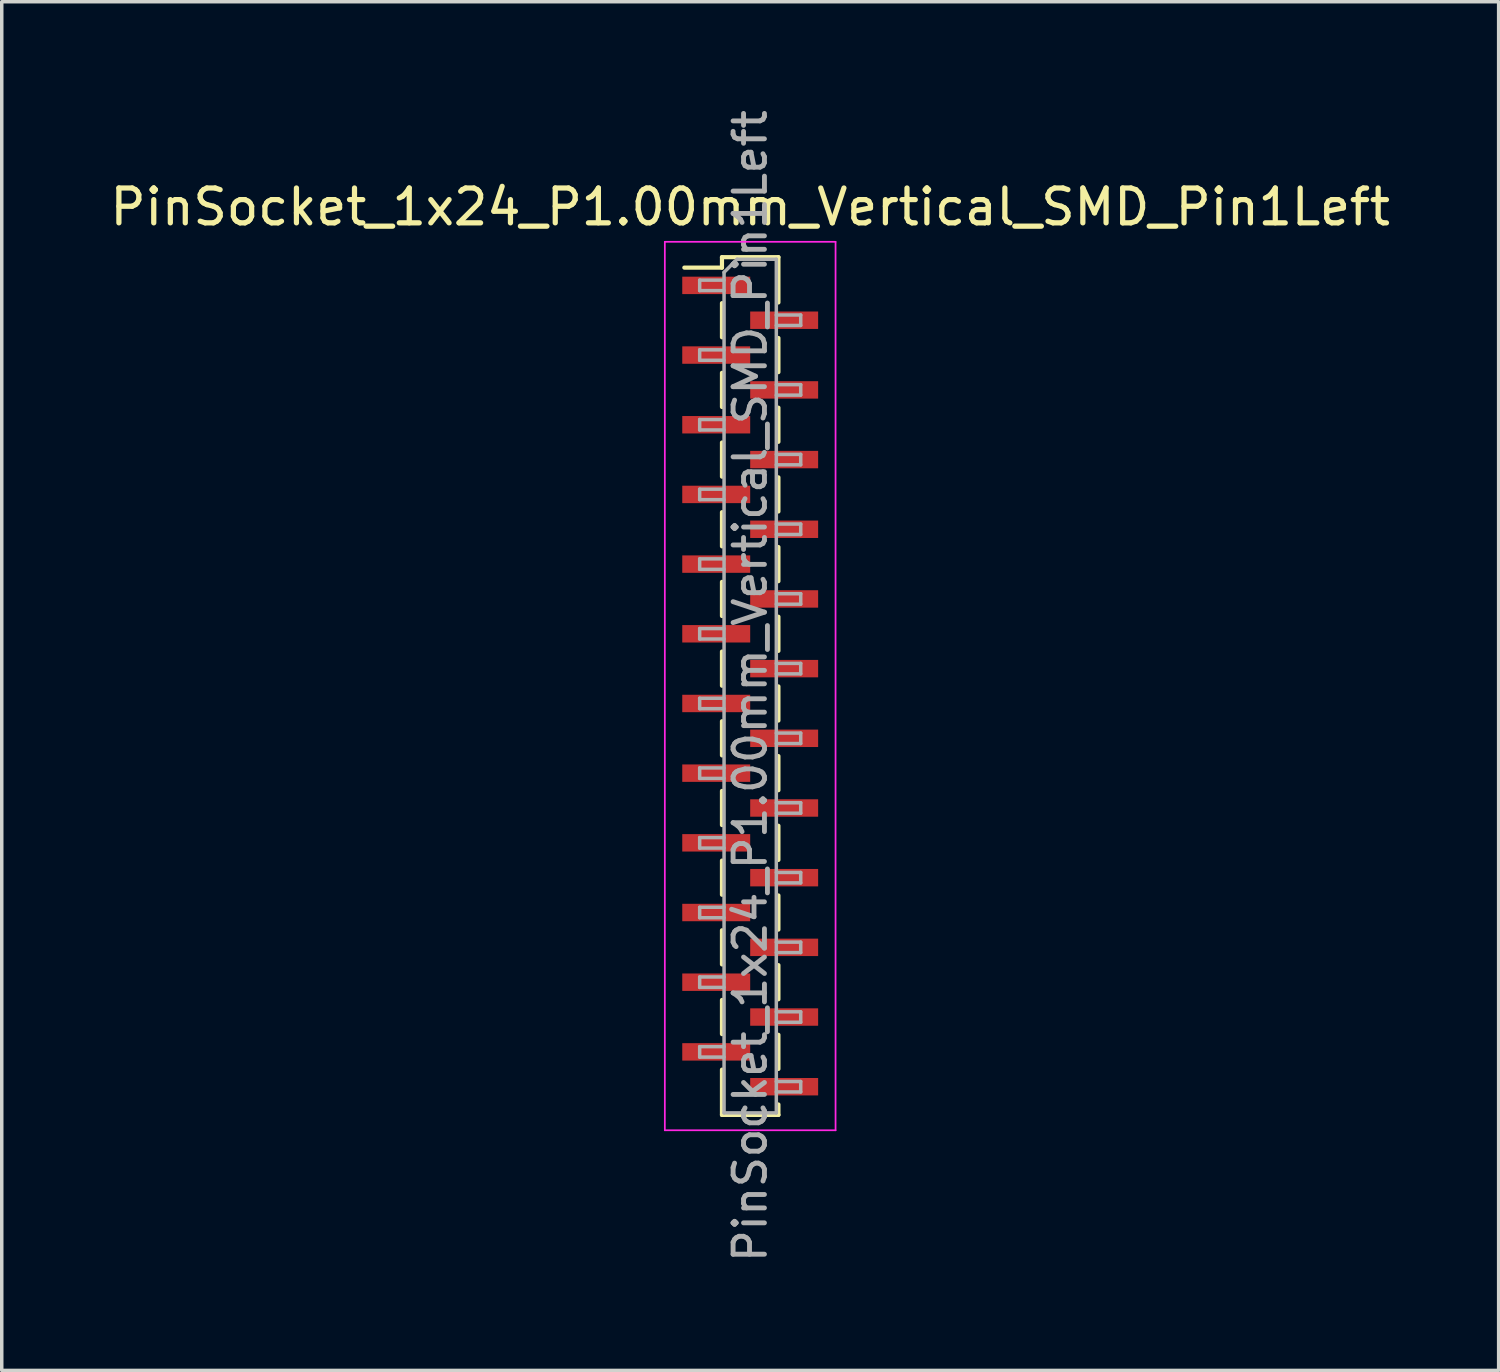
<source format=kicad_pcb>
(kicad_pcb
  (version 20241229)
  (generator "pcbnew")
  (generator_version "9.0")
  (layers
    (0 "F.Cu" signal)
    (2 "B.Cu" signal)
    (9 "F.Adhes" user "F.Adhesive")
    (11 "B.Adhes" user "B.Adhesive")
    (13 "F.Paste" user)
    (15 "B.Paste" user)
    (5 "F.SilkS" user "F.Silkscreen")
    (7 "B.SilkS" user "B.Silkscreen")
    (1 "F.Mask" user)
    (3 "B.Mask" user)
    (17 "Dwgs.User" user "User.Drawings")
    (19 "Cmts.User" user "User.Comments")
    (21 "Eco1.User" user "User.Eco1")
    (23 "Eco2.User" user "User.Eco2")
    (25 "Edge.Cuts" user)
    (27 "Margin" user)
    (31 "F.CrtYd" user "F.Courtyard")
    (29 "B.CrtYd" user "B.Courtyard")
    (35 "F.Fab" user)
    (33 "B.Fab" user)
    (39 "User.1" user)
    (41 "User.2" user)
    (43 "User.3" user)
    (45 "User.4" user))
  (footprint "PinSocket_1x24_P1.00mm_Vertical_SMD_Pin1Left"
    (layer "F.Cu")
    (at 18.482 16.641)
    (property "Reference" "PinSocket_1x24_P1.00mm_Vertical_SMD_Pin1Left" (at 0 -13.75 0) (layer "F.SilkS") (effects (font (size 1 1) (thickness 0.15))))
    (attr smd)
    (fp_line (start -1.89 -12.01) (end -0.81 -12.01) (stroke (width 0.12) (type solid)) (layer "F.SilkS"))
    (fp_line (start -0.81 -12.31) (end -0.81 -12.01) (stroke (width 0.12) (type solid)) (layer "F.SilkS"))
    (fp_line (start -0.81 -12.31) (end 0.81 -12.31) (stroke (width 0.12) (type solid)) (layer "F.SilkS"))
    (fp_line (start -0.81 -10.99) (end -0.81 -10.01) (stroke (width 0.12) (type solid)) (layer "F.SilkS"))
    (fp_line (start -0.81 -8.99) (end -0.81 -8.01) (stroke (width 0.12) (type solid)) (layer "F.SilkS"))
    (fp_line (start -0.81 -6.99) (end -0.81 -6.01) (stroke (width 0.12) (type solid)) (layer "F.SilkS"))
    (fp_line (start -0.81 -4.99) (end -0.81 -4.01) (stroke (width 0.12) (type solid)) (layer "F.SilkS"))
    (fp_line (start -0.81 -2.99) (end -0.81 -2.01) (stroke (width 0.12) (type solid)) (layer "F.SilkS"))
    (fp_line (start -0.81 -0.99) (end -0.81 -0.01) (stroke (width 0.12) (type solid)) (layer "F.SilkS"))
    (fp_line (start -0.81 1.01) (end -0.81 1.99) (stroke (width 0.12) (type solid)) (layer "F.SilkS"))
    (fp_line (start -0.81 3.01) (end -0.81 3.99) (stroke (width 0.12) (type solid)) (layer "F.SilkS"))
    (fp_line (start -0.81 5.01) (end -0.81 5.99) (stroke (width 0.12) (type solid)) (layer "F.SilkS"))
    (fp_line (start -0.81 7.01) (end -0.81 7.99) (stroke (width 0.12) (type solid)) (layer "F.SilkS"))
    (fp_line (start -0.81 9.01) (end -0.81 9.99) (stroke (width 0.12) (type solid)) (layer "F.SilkS"))
    (fp_line (start -0.81 11.01) (end -0.81 12.31) (stroke (width 0.12) (type solid)) (layer "F.SilkS"))
    (fp_line (start -0.81 12.31) (end 0.81 12.31) (stroke (width 0.12) (type solid)) (layer "F.SilkS"))
    (fp_line (start 0.81 -12.31) (end 0.81 -11.01) (stroke (width 0.12) (type solid)) (layer "F.SilkS"))
    (fp_line (start 0.81 -9.99) (end 0.81 -9.01) (stroke (width 0.12) (type solid)) (layer "F.SilkS"))
    (fp_line (start 0.81 -7.99) (end 0.81 -7.01) (stroke (width 0.12) (type solid)) (layer "F.SilkS"))
    (fp_line (start 0.81 -5.99) (end 0.81 -5.01) (stroke (width 0.12) (type solid)) (layer "F.SilkS"))
    (fp_line (start 0.81 -3.99) (end 0.81 -3.01) (stroke (width 0.12) (type solid)) (layer "F.SilkS"))
    (fp_line (start 0.81 -1.99) (end 0.81 -1.01) (stroke (width 0.12) (type solid)) (layer "F.SilkS"))
    (fp_line (start 0.81 0.01) (end 0.81 0.99) (stroke (width 0.12) (type solid)) (layer "F.SilkS"))
    (fp_line (start 0.81 2.01) (end 0.81 2.99) (stroke (width 0.12) (type solid)) (layer "F.SilkS"))
    (fp_line (start 0.81 4.01) (end 0.81 4.99) (stroke (width 0.12) (type solid)) (layer "F.SilkS"))
    (fp_line (start 0.81 6.01) (end 0.81 6.99) (stroke (width 0.12) (type solid)) (layer "F.SilkS"))
    (fp_line (start 0.81 8.01) (end 0.81 8.99) (stroke (width 0.12) (type solid)) (layer "F.SilkS"))
    (fp_line (start 0.81 10.01) (end 0.81 10.99) (stroke (width 0.12) (type solid)) (layer "F.SilkS"))
    (fp_line (start 0.81 12.01) (end 0.81 12.31) (stroke (width 0.12) (type solid)) (layer "F.SilkS"))
    (fp_line (start -2.45 -12.75) (end 2.45 -12.75) (stroke (width 0.05) (type solid)) (layer "F.CrtYd"))
    (fp_line (start -2.45 12.75) (end -2.45 -12.75) (stroke (width 0.05) (type solid)) (layer "F.CrtYd"))
    (fp_line (start 2.45 -12.75) (end 2.45 12.75) (stroke (width 0.05) (type solid)) (layer "F.CrtYd"))
    (fp_line (start 2.45 12.75) (end -2.45 12.75) (stroke (width 0.05) (type solid)) (layer "F.CrtYd"))
    (fp_line (start -1.45 -11.65) (end -0.75 -11.65) (stroke (width 0.1) (type solid)) (layer "F.Fab"))
    (fp_line (start -1.45 -11.35) (end -1.45 -11.65) (stroke (width 0.1) (type solid)) (layer "F.Fab"))
    (fp_line (start -1.45 -9.65) (end -0.75 -9.65) (stroke (width 0.1) (type solid)) (layer "F.Fab"))
    (fp_line (start -1.45 -9.35) (end -1.45 -9.65) (stroke (width 0.1) (type solid)) (layer "F.Fab"))
    (fp_line (start -1.45 -7.65) (end -0.75 -7.65) (stroke (width 0.1) (type solid)) (layer "F.Fab"))
    (fp_line (start -1.45 -7.35) (end -1.45 -7.65) (stroke (width 0.1) (type solid)) (layer "F.Fab"))
    (fp_line (start -1.45 -5.65) (end -0.75 -5.65) (stroke (width 0.1) (type solid)) (layer "F.Fab"))
    (fp_line (start -1.45 -5.35) (end -1.45 -5.65) (stroke (width 0.1) (type solid)) (layer "F.Fab"))
    (fp_line (start -1.45 -3.65) (end -0.75 -3.65) (stroke (width 0.1) (type solid)) (layer "F.Fab"))
    (fp_line (start -1.45 -3.35) (end -1.45 -3.65) (stroke (width 0.1) (type solid)) (layer "F.Fab"))
    (fp_line (start -1.45 -1.65) (end -0.75 -1.65) (stroke (width 0.1) (type solid)) (layer "F.Fab"))
    (fp_line (start -1.45 -1.35) (end -1.45 -1.65) (stroke (width 0.1) (type solid)) (layer "F.Fab"))
    (fp_line (start -1.45 0.35) (end -0.75 0.35) (stroke (width 0.1) (type solid)) (layer "F.Fab"))
    (fp_line (start -1.45 0.65) (end -1.45 0.35) (stroke (width 0.1) (type solid)) (layer "F.Fab"))
    (fp_line (start -1.45 2.35) (end -0.75 2.35) (stroke (width 0.1) (type solid)) (layer "F.Fab"))
    (fp_line (start -1.45 2.65) (end -1.45 2.35) (stroke (width 0.1) (type solid)) (layer "F.Fab"))
    (fp_line (start -1.45 4.35) (end -0.75 4.35) (stroke (width 0.1) (type solid)) (layer "F.Fab"))
    (fp_line (start -1.45 4.65) (end -1.45 4.35) (stroke (width 0.1) (type solid)) (layer "F.Fab"))
    (fp_line (start -1.45 6.35) (end -0.75 6.35) (stroke (width 0.1) (type solid)) (layer "F.Fab"))
    (fp_line (start -1.45 6.65) (end -1.45 6.35) (stroke (width 0.1) (type solid)) (layer "F.Fab"))
    (fp_line (start -1.45 8.35) (end -0.75 8.35) (stroke (width 0.1) (type solid)) (layer "F.Fab"))
    (fp_line (start -1.45 8.65) (end -1.45 8.35) (stroke (width 0.1) (type solid)) (layer "F.Fab"))
    (fp_line (start -1.45 10.35) (end -0.75 10.35) (stroke (width 0.1) (type solid)) (layer "F.Fab"))
    (fp_line (start -1.45 10.65) (end -1.45 10.35) (stroke (width 0.1) (type solid)) (layer "F.Fab"))
    (fp_line (start -0.75 -11.875) (end -0.375 -12.25) (stroke (width 0.1) (type solid)) (layer "F.Fab"))
    (fp_line (start -0.75 -11.35) (end -1.45 -11.35) (stroke (width 0.1) (type solid)) (layer "F.Fab"))
    (fp_line (start -0.75 -9.35) (end -1.45 -9.35) (stroke (width 0.1) (type solid)) (layer "F.Fab"))
    (fp_line (start -0.75 -7.35) (end -1.45 -7.35) (stroke (width 0.1) (type solid)) (layer "F.Fab"))
    (fp_line (start -0.75 -5.35) (end -1.45 -5.35) (stroke (width 0.1) (type solid)) (layer "F.Fab"))
    (fp_line (start -0.75 -3.35) (end -1.45 -3.35) (stroke (width 0.1) (type solid)) (layer "F.Fab"))
    (fp_line (start -0.75 -1.35) (end -1.45 -1.35) (stroke (width 0.1) (type solid)) (layer "F.Fab"))
    (fp_line (start -0.75 0.65) (end -1.45 0.65) (stroke (width 0.1) (type solid)) (layer "F.Fab"))
    (fp_line (start -0.75 2.65) (end -1.45 2.65) (stroke (width 0.1) (type solid)) (layer "F.Fab"))
    (fp_line (start -0.75 4.65) (end -1.45 4.65) (stroke (width 0.1) (type solid)) (layer "F.Fab"))
    (fp_line (start -0.75 6.65) (end -1.45 6.65) (stroke (width 0.1) (type solid)) (layer "F.Fab"))
    (fp_line (start -0.75 8.65) (end -1.45 8.65) (stroke (width 0.1) (type solid)) (layer "F.Fab"))
    (fp_line (start -0.75 10.65) (end -1.45 10.65) (stroke (width 0.1) (type solid)) (layer "F.Fab"))
    (fp_line (start -0.75 12.25) (end -0.75 -11.875) (stroke (width 0.1) (type solid)) (layer "F.Fab"))
    (fp_line (start -0.375 -12.25) (end 0.75 -12.25) (stroke (width 0.1) (type solid)) (layer "F.Fab"))
    (fp_line (start 0.75 -12.25) (end 0.75 12.25) (stroke (width 0.1) (type solid)) (layer "F.Fab"))
    (fp_line (start 0.75 -10.65) (end 1.45 -10.65) (stroke (width 0.1) (type solid)) (layer "F.Fab"))
    (fp_line (start 0.75 -8.65) (end 1.45 -8.65) (stroke (width 0.1) (type solid)) (layer "F.Fab"))
    (fp_line (start 0.75 -6.65) (end 1.45 -6.65) (stroke (width 0.1) (type solid)) (layer "F.Fab"))
    (fp_line (start 0.75 -4.65) (end 1.45 -4.65) (stroke (width 0.1) (type solid)) (layer "F.Fab"))
    (fp_line (start 0.75 -2.65) (end 1.45 -2.65) (stroke (width 0.1) (type solid)) (layer "F.Fab"))
    (fp_line (start 0.75 -0.65) (end 1.45 -0.65) (stroke (width 0.1) (type solid)) (layer "F.Fab"))
    (fp_line (start 0.75 1.35) (end 1.45 1.35) (stroke (width 0.1) (type solid)) (layer "F.Fab"))
    (fp_line (start 0.75 3.35) (end 1.45 3.35) (stroke (width 0.1) (type solid)) (layer "F.Fab"))
    (fp_line (start 0.75 5.35) (end 1.45 5.35) (stroke (width 0.1) (type solid)) (layer "F.Fab"))
    (fp_line (start 0.75 7.35) (end 1.45 7.35) (stroke (width 0.1) (type solid)) (layer "F.Fab"))
    (fp_line (start 0.75 9.35) (end 1.45 9.35) (stroke (width 0.1) (type solid)) (layer "F.Fab"))
    (fp_line (start 0.75 11.35) (end 1.45 11.35) (stroke (width 0.1) (type solid)) (layer "F.Fab"))
    (fp_line (start 0.75 12.25) (end -0.75 12.25) (stroke (width 0.1) (type solid)) (layer "F.Fab"))
    (fp_line (start 1.45 -10.65) (end 1.45 -10.35) (stroke (width 0.1) (type solid)) (layer "F.Fab"))
    (fp_line (start 1.45 -10.35) (end 0.75 -10.35) (stroke (width 0.1) (type solid)) (layer "F.Fab"))
    (fp_line (start 1.45 -8.65) (end 1.45 -8.35) (stroke (width 0.1) (type solid)) (layer "F.Fab"))
    (fp_line (start 1.45 -8.35) (end 0.75 -8.35) (stroke (width 0.1) (type solid)) (layer "F.Fab"))
    (fp_line (start 1.45 -6.65) (end 1.45 -6.35) (stroke (width 0.1) (type solid)) (layer "F.Fab"))
    (fp_line (start 1.45 -6.35) (end 0.75 -6.35) (stroke (width 0.1) (type solid)) (layer "F.Fab"))
    (fp_line (start 1.45 -4.65) (end 1.45 -4.35) (stroke (width 0.1) (type solid)) (layer "F.Fab"))
    (fp_line (start 1.45 -4.35) (end 0.75 -4.35) (stroke (width 0.1) (type solid)) (layer "F.Fab"))
    (fp_line (start 1.45 -2.65) (end 1.45 -2.35) (stroke (width 0.1) (type solid)) (layer "F.Fab"))
    (fp_line (start 1.45 -2.35) (end 0.75 -2.35) (stroke (width 0.1) (type solid)) (layer "F.Fab"))
    (fp_line (start 1.45 -0.65) (end 1.45 -0.35) (stroke (width 0.1) (type solid)) (layer "F.Fab"))
    (fp_line (start 1.45 -0.35) (end 0.75 -0.35) (stroke (width 0.1) (type solid)) (layer "F.Fab"))
    (fp_line (start 1.45 1.35) (end 1.45 1.65) (stroke (width 0.1) (type solid)) (layer "F.Fab"))
    (fp_line (start 1.45 1.65) (end 0.75 1.65) (stroke (width 0.1) (type solid)) (layer "F.Fab"))
    (fp_line (start 1.45 3.35) (end 1.45 3.65) (stroke (width 0.1) (type solid)) (layer "F.Fab"))
    (fp_line (start 1.45 3.65) (end 0.75 3.65) (stroke (width 0.1) (type solid)) (layer "F.Fab"))
    (fp_line (start 1.45 5.35) (end 1.45 5.65) (stroke (width 0.1) (type solid)) (layer "F.Fab"))
    (fp_line (start 1.45 5.65) (end 0.75 5.65) (stroke (width 0.1) (type solid)) (layer "F.Fab"))
    (fp_line (start 1.45 7.35) (end 1.45 7.65) (stroke (width 0.1) (type solid)) (layer "F.Fab"))
    (fp_line (start 1.45 7.65) (end 0.75 7.65) (stroke (width 0.1) (type solid)) (layer "F.Fab"))
    (fp_line (start 1.45 9.35) (end 1.45 9.65) (stroke (width 0.1) (type solid)) (layer "F.Fab"))
    (fp_line (start 1.45 9.65) (end 0.75 9.65) (stroke (width 0.1) (type solid)) (layer "F.Fab"))
    (fp_line (start 1.45 11.35) (end 1.45 11.65) (stroke (width 0.1) (type solid)) (layer "F.Fab"))
    (fp_line (start 1.45 11.65) (end 0.75 11.65) (stroke (width 0.1) (type solid)) (layer "F.Fab"))
    (fp_text user "${REFERENCE}" (at 0 0 90) (layer "F.Fab") (effects (font (size 0.9 0.9) (thickness 0.14))))
    (pad "1" smd rect (at -0.975 -11.5) (size 1.95 0.5) (layers "F.Cu" "F.Mask" "F.Paste"))
    (pad "2" smd rect (at 0.975 -10.5) (size 1.95 0.5) (layers "F.Cu" "F.Mask" "F.Paste"))
    (pad "3" smd rect (at -0.975 -9.5) (size 1.95 0.5) (layers "F.Cu" "F.Mask" "F.Paste"))
    (pad "4" smd rect (at 0.975 -8.5) (size 1.95 0.5) (layers "F.Cu" "F.Mask" "F.Paste"))
    (pad "5" smd rect (at -0.975 -7.5) (size 1.95 0.5) (layers "F.Cu" "F.Mask" "F.Paste"))
    (pad "6" smd rect (at 0.975 -6.5) (size 1.95 0.5) (layers "F.Cu" "F.Mask" "F.Paste"))
    (pad "7" smd rect (at -0.975 -5.5) (size 1.95 0.5) (layers "F.Cu" "F.Mask" "F.Paste"))
    (pad "8" smd rect (at 0.975 -4.5) (size 1.95 0.5) (layers "F.Cu" "F.Mask" "F.Paste"))
    (pad "9" smd rect (at -0.975 -3.5) (size 1.95 0.5) (layers "F.Cu" "F.Mask" "F.Paste"))
    (pad "10" smd rect (at 0.975 -2.5) (size 1.95 0.5) (layers "F.Cu" "F.Mask" "F.Paste"))
    (pad "11" smd rect (at -0.975 -1.5) (size 1.95 0.5) (layers "F.Cu" "F.Mask" "F.Paste"))
    (pad "12" smd rect (at 0.975 -0.5) (size 1.95 0.5) (layers "F.Cu" "F.Mask" "F.Paste"))
    (pad "13" smd rect (at -0.975 0.5) (size 1.95 0.5) (layers "F.Cu" "F.Mask" "F.Paste"))
    (pad "14" smd rect (at 0.975 1.5) (size 1.95 0.5) (layers "F.Cu" "F.Mask" "F.Paste"))
    (pad "15" smd rect (at -0.975 2.5) (size 1.95 0.5) (layers "F.Cu" "F.Mask" "F.Paste"))
    (pad "16" smd rect (at 0.975 3.5) (size 1.95 0.5) (layers "F.Cu" "F.Mask" "F.Paste"))
    (pad "17" smd rect (at -0.975 4.5) (size 1.95 0.5) (layers "F.Cu" "F.Mask" "F.Paste"))
    (pad "18" smd rect (at 0.975 5.5) (size 1.95 0.5) (layers "F.Cu" "F.Mask" "F.Paste"))
    (pad "19" smd rect (at -0.975 6.5) (size 1.95 0.5) (layers "F.Cu" "F.Mask" "F.Paste"))
    (pad "20" smd rect (at 0.975 7.5) (size 1.95 0.5) (layers "F.Cu" "F.Mask" "F.Paste"))
    (pad "21" smd rect (at -0.975 8.5) (size 1.95 0.5) (layers "F.Cu" "F.Mask" "F.Paste"))
    (pad "22" smd rect (at 0.975 9.5) (size 1.95 0.5) (layers "F.Cu" "F.Mask" "F.Paste"))
    (pad "23" smd rect (at -0.975 10.5) (size 1.95 0.5) (layers "F.Cu" "F.Mask" "F.Paste"))
    (pad "24" smd rect (at 0.975 11.5) (size 1.95 0.5) (layers "F.Cu" "F.Mask" "F.Paste")))
  (gr_rect
    (start -3 -3)
    (end 39.964 36.283)
    (stroke (width 0.1) (type default))
    (fill no)
    (layer "Edge.Cuts")))
</source>
